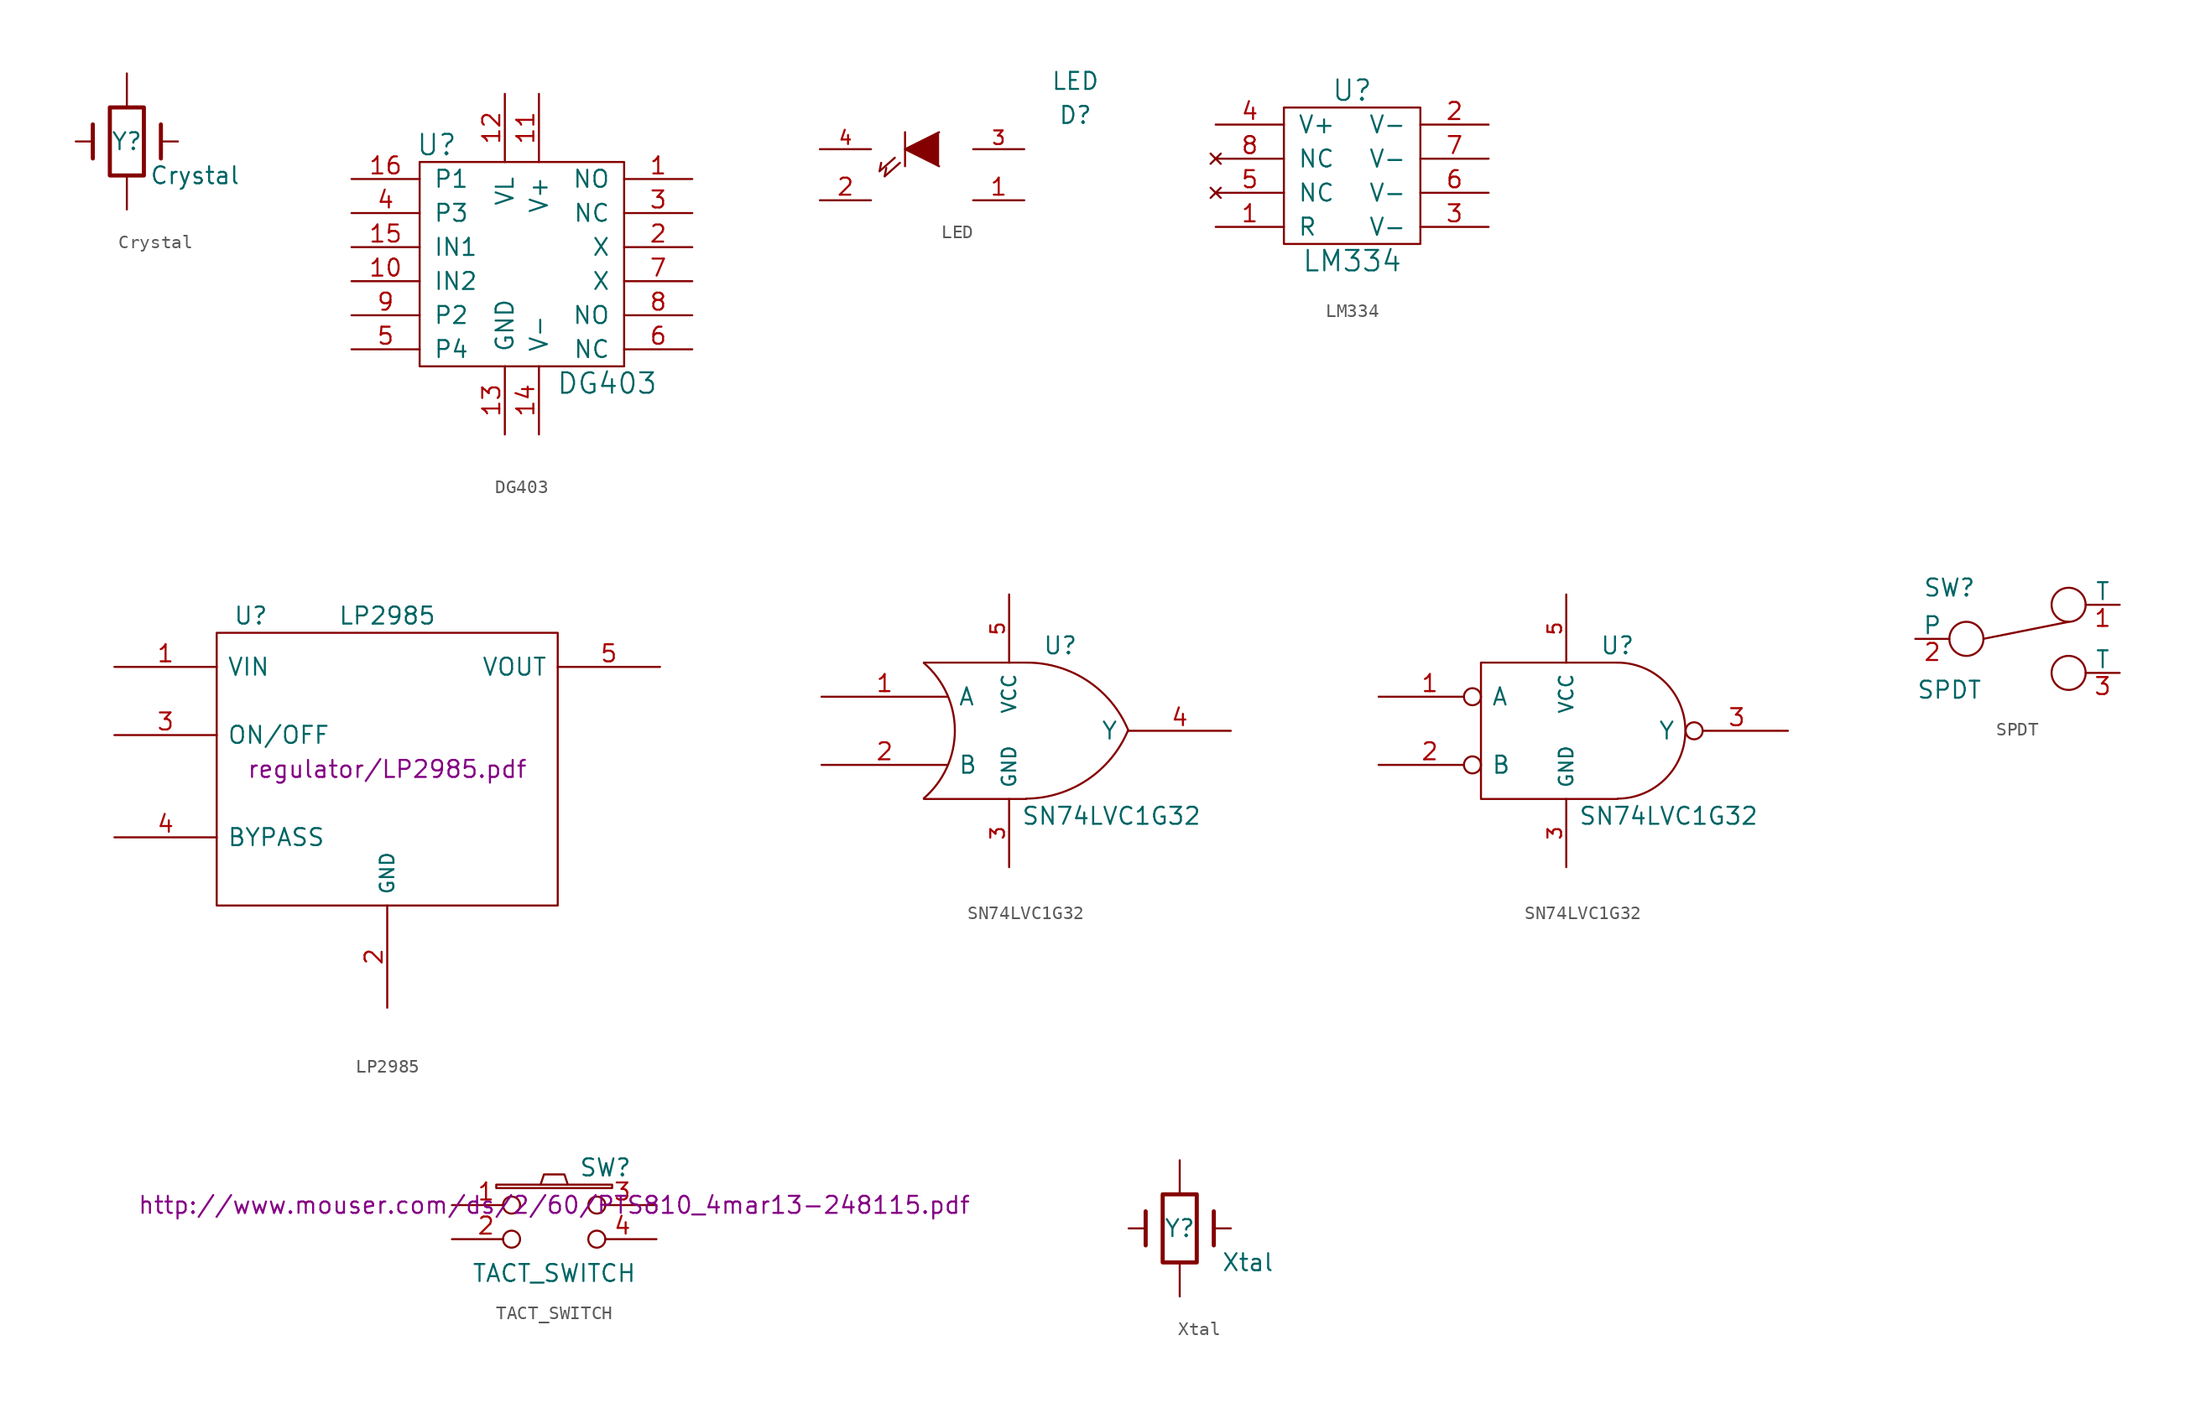
<source format=kicad_sym>
(kicad_symbol_lib
  (version 20231120)
  (generator "kicad_symbol_editor")
  (generator_version "8.0")
  (symbol "Crystal"
    (pin_numbers hide)
    (pin_names
      (offset 1.016) hide)
    (property "Reference" "Y"
      (at 0 0 0)
      (effects (font (size 1.27 1.27))))
    (property "Value" "Crystal"
      (at 5.08 -2.54 0)
      (effects (font (size 1.27 1.27))))
    (property "Footprint" ""
      (at 0 0 0)
      (effects (font (size 1.27 1.27))))
    (property "Datasheet" ""
      (at 0 0 0)
      (effects (font (size 1.27 1.27))))
    (symbol "Crystal_0_1"
      (rectangle (start -1.27 2.54) (end 1.27 -2.54) (stroke (width 0.305) (type solid)) (fill (type none)))
      (polyline (pts (xy -2.54 -1.27) (xy -2.54 1.27)) (stroke (width 0.305) (type solid)) (fill (type none)))
      (polyline (pts (xy 2.54 -1.27) (xy 2.54 1.27)) (stroke (width 0.305) (type solid)) (fill (type none))))
    (symbol "Crystal_1_1"
      (pin passive line (at -3.81 0 0) (length 1.27) (name "1" (effects (font (size 1.016 1.016)))) (number "1" (effects (font (size 1.016 1.016)))))
      (pin input line (at 0 -5.08 90) (length 2.54) (name "~" (effects (font (size 1.27 1.27)))) (number "2" (effects (font (size 1.27 1.27)))))
      (pin passive line (at 3.81 0 180) (length 1.27) (name "3" (effects (font (size 1.016 1.016)))) (number "3" (effects (font (size 1.016 1.016)))))
      (pin input line (at 0 5.08 270) (length 2.54) (name "~" (effects (font (size 1.27 1.27)))) (number "4" (effects (font (size 1.27 1.27)))))))
  (symbol "DG403"
    (pin_names
      (offset 1.016))
    (property "Reference" "U"
      (at -5.08 8.89 0)
      (effects (font (size 1.524 1.524))))
    (property "Value" "DG403"
      (at 7.62 -8.89 0)
      (effects (font (size 1.524 1.524))))
    (property "Footprint" ""
      (at 1.27 0 0)
      (effects (font (size 1.524 1.524))))
    (property "Datasheet" ""
      (at 1.27 0 0)
      (effects (font (size 1.524 1.524))))
    (symbol "DG403_0_1"
      (rectangle (start -6.35 7.62) (end 8.89 -7.62) (stroke (width 0) (type solid)) (fill (type none))))
    (symbol "DG403_1_1"
      (pin input line (at 13.97 6.35 180) (length 5.08) (name "NO" (effects (font (size 1.27 1.27)))) (number "1" (effects (font (size 1.27 1.27)))))
      (pin input line (at -11.43 -1.27 0) (length 5.08) (name "IN2" (effects (font (size 1.27 1.27)))) (number "10" (effects (font (size 1.27 1.27)))))
      (pin output line (at 2.54 12.7 270) (length 5.08) (name "V+" (effects (font (size 1.27 1.27)))) (number "11" (effects (font (size 1.27 1.27)))))
      (pin output line (at 0 12.7 270) (length 5.08) (name "VL" (effects (font (size 1.27 1.27)))) (number "12" (effects (font (size 1.27 1.27)))))
      (pin output line (at 0 -12.7 90) (length 5.08) (name "GND" (effects (font (size 1.27 1.27)))) (number "13" (effects (font (size 1.27 1.27)))))
      (pin output line (at 2.54 -12.7 90) (length 5.08) (name "V-" (effects (font (size 1.27 1.27)))) (number "14" (effects (font (size 1.27 1.27)))))
      (pin input line (at -11.43 1.27 0) (length 5.08) (name "IN1" (effects (font (size 1.27 1.27)))) (number "15" (effects (font (size 1.27 1.27)))))
      (pin input line (at -11.43 6.35 0) (length 5.08) (name "P1" (effects (font (size 1.27 1.27)))) (number "16" (effects (font (size 1.27 1.27)))))
      (pin output line (at 13.97 1.27 180) (length 5.08) (name "X" (effects (font (size 1.27 1.27)))) (number "2" (effects (font (size 1.27 1.27)))))
      (pin input line (at 13.97 3.81 180) (length 5.08) (name "NC" (effects (font (size 1.27 1.27)))) (number "3" (effects (font (size 1.27 1.27)))))
      (pin input line (at -11.43 3.81 0) (length 5.08) (name "P3" (effects (font (size 1.27 1.27)))) (number "4" (effects (font (size 1.27 1.27)))))
      (pin input line (at -11.43 -6.35 0) (length 5.08) (name "P4" (effects (font (size 1.27 1.27)))) (number "5" (effects (font (size 1.27 1.27)))))
      (pin input line (at 13.97 -6.35 180) (length 5.08) (name "NC" (effects (font (size 1.27 1.27)))) (number "6" (effects (font (size 1.27 1.27)))))
      (pin output line (at 13.97 -1.27 180) (length 5.08) (name "X" (effects (font (size 1.27 1.27)))) (number "7" (effects (font (size 1.27 1.27)))))
      (pin input line (at 13.97 -3.81 180) (length 5.08) (name "NO" (effects (font (size 1.27 1.27)))) (number "8" (effects (font (size 1.27 1.27)))))
      (pin input line (at -11.43 -3.81 0) (length 5.08) (name "P2" (effects (font (size 1.27 1.27)))) (number "9" (effects (font (size 1.27 1.27)))))))
  (symbol "LED"
    (pin_names
      (offset 1.016) hide)
    (property "Reference" "D"
      (at 11.43 2.54 0)
      (effects (font (size 1.27 1.27))))
    (property "Value" "LED"
      (at 11.43 5.08 0)
      (effects (font (size 1.27 1.27))))
    (property "Footprint" ""
      (at 0 0 0)
      (effects (font (size 1.27 1.27))))
    (property "Datasheet" ""
      (at 0 0 0)
      (effects (font (size 1.27 1.27))))
    (symbol "LED_0_1"
      (polyline (pts (xy -1.27 1.27) (xy -1.27 -1.27)) (stroke (width 0) (type solid)) (fill (type none)))
      (polyline (pts (xy -2.032 -0.635) (xy -3.175 -1.651) (xy -3.048 -1.016)) (stroke (width 0) (type solid)) (fill (type none)))
      (polyline (pts (xy -1.651 -1.016) (xy -2.794 -2.032) (xy -2.667 -1.397)) (stroke (width 0) (type solid)) (fill (type none)))
      (polyline (pts (xy 1.27 1.27) (xy -1.27 0) (xy 1.27 -1.27)) (stroke (width 0) (type solid)) (fill (type outline))))
    (symbol "LED_1_1"
      (pin input line (at 7.62 -3.81 180) (length 3.81) (name "BA" (effects (font (size 1.27 1.27)))) (number "1~{}" (effects (font (size 1.27 1.27)))))
      (pin input line (at -7.62 -3.81 0) (length 3.81) (name "BK" (effects (font (size 1.27 1.27)))) (number "2" (effects (font (size 1.27 1.27)))))
      (pin passive line (at 7.62 0 180) (length 3.81) (name "RA" (effects (font (size 1.016 1.016)))) (number "3" (effects (font (size 1.016 1.016)))))
      (pin passive line (at -7.62 0 0) (length 3.81) (name "RK" (effects (font (size 1.016 1.016)))) (number "4" (effects (font (size 1.016 1.016)))))))
  (symbol "LM334"
    (pin_names
      (offset 1.016))
    (property "Reference" "U"
      (at 0 0 0)
      (effects (font (size 1.524 1.524))))
    (property "Value" "LM334"
      (at 0 -12.7 0)
      (effects (font (size 1.524 1.524))))
    (property "Footprint" ""
      (at 0 0 0)
      (effects (font (size 1.524 1.524))))
    (property "Datasheet" ""
      (at 0 0 0)
      (effects (font (size 1.524 1.524))))
    (symbol "LM334_0_1"
      (rectangle (start -5.08 -1.27) (end 5.08 -11.43) (stroke (width 0) (type solid)) (fill (type none))))
    (symbol "LM334_1_1"
      (pin input line (at -10.16 -10.16 0) (length 5.08) (name "R" (effects (font (size 1.27 1.27)))) (number "1" (effects (font (size 1.27 1.27)))))
      (pin passive line (at 10.16 -2.54 180) (length 5.08) (name "V-" (effects (font (size 1.27 1.27)))) (number "2" (effects (font (size 1.27 1.27)))))
      (pin passive line (at 10.16 -10.16 180) (length 5.08) (name "V-" (effects (font (size 1.27 1.27)))) (number "3" (effects (font (size 1.27 1.27)))))
      (pin passive line (at -10.16 -2.54 0) (length 5.08) (name "V+" (effects (font (size 1.27 1.27)))) (number "4" (effects (font (size 1.27 1.27)))))
      (pin no_connect line (at -10.16 -7.62 0) (length 5.08) (name "NC" (effects (font (size 1.27 1.27)))) (number "5" (effects (font (size 1.27 1.27)))))
      (pin passive line (at 10.16 -7.62 180) (length 5.08) (name "V-" (effects (font (size 1.27 1.27)))) (number "6" (effects (font (size 1.27 1.27)))))
      (pin passive line (at 10.16 -5.08 180) (length 5.08) (name "V-" (effects (font (size 1.27 1.27)))) (number "7" (effects (font (size 1.27 1.27)))))
      (pin no_connect line (at -10.16 -5.08 0) (length 5.08) (name "NC" (effects (font (size 1.27 1.27)))) (number "8" (effects (font (size 1.27 1.27)))))))
  (symbol "LP2985"
    (pin_names
      (offset 0.762))
    (property "Reference" "U"
      (at -10.16 11.43 0)
      (effects (font (size 1.27 1.27))))
    (property "Value" "LP2985"
      (at 0 11.43 0)
      (effects (font (size 1.27 1.27))))
    (property "Footprint" ""
      (at 0 0 0)
      (effects (font (size 1.27 1.27))))
    (property "Datasheet" "regulator/LP2985.pdf"
      (at 0 0 0)
      (effects (font (size 1.27 1.27))))
    (symbol "LP2985_0_1"
      (rectangle (start -12.7 -10.16) (end 12.7 10.16) (stroke (width 0) (type solid)) (fill (type none))))
    (symbol "LP2985_1_1"
      (pin power_in line (at -20.32 7.62 0) (length 7.62) (name "VIN" (effects (font (size 1.27 1.27)))) (number "1" (effects (font (size 1.27 1.27)))))
      (pin power_in line (at 0 -17.78 90) (length 7.62) (name "GND" (effects (font (size 1.016 1.016)))) (number "2" (effects (font (size 1.27 1.27)))))
      (pin input line (at -20.32 2.54 0) (length 7.62) (name "ON/OFF" (effects (font (size 1.27 1.27)))) (number "3" (effects (font (size 1.27 1.27)))))
      (pin input line (at -20.32 -5.08 0) (length 7.62) (name "BYPASS" (effects (font (size 1.27 1.27)))) (number "4" (effects (font (size 1.27 1.27)))))
      (pin power_out line (at 20.32 7.62 180) (length 7.62) (name "VOUT" (effects (font (size 1.27 1.27)))) (number "5" (effects (font (size 1.27 1.27)))))))
  (symbol "SN74LVC1G32"
    (pin_names
      (offset 0.762))
    (property "Reference" "U"
      (at 2.54 6.35 0)
      (effects (font (size 1.27 1.27))))
    (property "Value" "SN74LVC1G32"
      (at 6.35 -6.35 0)
      (effects (font (size 1.27 1.27))))
    (property "Footprint" ""
      (at 0 0 0)
      (effects (font (size 1.27 1.27))))
    (property "Datasheet" ""
      (at 0 0 0)
      (effects (font (size 1.27 1.27))))
    (symbol "SN74LVC1G32_0_0"
      (pin power_in line (at -1.27 -10.16 90) (length 5.08) (name "GND" (effects (font (size 1.016 1.016)))) (number "3" (effects (font (size 1.016 1.016)))))
      (pin power_in line (at -1.27 10.16 270) (length 5.08) (name "VCC" (effects (font (size 1.016 1.016)))) (number "5" (effects (font (size 1.016 1.016))))))
    (symbol "SN74LVC1G32_0_1"
      (arc (start -7.62 -5.0292) (mid -5.3094 0.0082) (end -7.62 5.0546) (stroke (width 0) (type solid)) (fill (type none)))
      (arc (start 0 -5.0546) (mid 4.5632 -3.6449) (end 7.5946 0.0508) (stroke (width 0) (type solid)) (fill (type none)))
      (polyline (pts (xy -7.62 -5.08) (xy 0 -5.08)) (stroke (width 0) (type solid)) (fill (type none)))
      (polyline (pts (xy -7.62 5.08) (xy 0 5.08)) (stroke (width 0) (type solid)) (fill (type none)))
      (arc (start 7.62 0) (mid 4.6132 3.6946) (end 0.0508 5.08) (stroke (width 0) (type solid)) (fill (type none))))
    (symbol "SN74LVC1G32_0_2"
      (polyline (pts (xy 2.54 5.08) (xy -7.62 5.08) (xy -7.62 -5.08) (xy 2.54 -5.08)) (stroke (width 0) (type solid)) (fill (type none)))
      (arc (start 2.5654 -5.0546) (mid 7.5947 0.0001) (end 2.5654 5.08) (stroke (width 0) (type solid)) (fill (type none))))
    (symbol "SN74LVC1G32_1_1"
      (pin input line (at -15.24 2.54 0) (length 9.398) (name "A" (effects (font (size 1.27 1.27)))) (number "1" (effects (font (size 1.27 1.27)))))
      (pin input line (at -15.24 -2.54 0) (length 9.398) (name "B" (effects (font (size 1.27 1.27)))) (number "2" (effects (font (size 1.27 1.27)))))
      (pin output line (at 15.24 0 180) (length 7.62) (name "Y" (effects (font (size 1.27 1.27)))) (number "4" (effects (font (size 1.27 1.27))))))
    (symbol "SN74LVC1G32_1_2"
      (pin input inverted (at -15.24 2.54 0) (length 7.62) (name "A" (effects (font (size 1.27 1.27)))) (number "1" (effects (font (size 1.27 1.27)))))
      (pin input inverted (at -15.24 -2.54 0) (length 7.62) (name "B" (effects (font (size 1.27 1.27)))) (number "2" (effects (font (size 1.27 1.27)))))
      (pin output inverted (at 15.24 0 180) (length 7.62) (name "Y" (effects (font (size 1.27 1.27)))) (number "3" (effects (font (size 1.27 1.27)))))))
  (symbol "SPDT"
    (pin_names
      (offset 0))
    (property "Reference" "SW"
      (at -5.08 3.81 0)
      (effects (font (size 1.27 1.27))))
    (property "Value" "SPDT"
      (at -5.08 -3.81 0)
      (effects (font (size 1.27 1.27))))
    (property "Footprint" ""
      (at 0 0 0)
      (effects (font (size 1.27 1.27))))
    (property "Datasheet" ""
      (at 0 0 0)
      (effects (font (size 1.27 1.27))))
    (symbol "SPDT_0_0"
      (circle (center -3.81 0) (radius 1.27) (stroke (width 0) (type solid)) (fill (type none)))
      (circle (center 3.81 -2.54) (radius 1.27) (stroke (width 0) (type solid)) (fill (type none))))
    (symbol "SPDT_0_1"
      (polyline (pts (xy -2.54 0) (xy 3.81 1.27)) (stroke (width 0) (type solid)) (fill (type none)))
      (circle (center 3.81 2.54) (radius 1.27) (stroke (width 0) (type solid)) (fill (type none))))
    (symbol "SPDT_1_1"
      (pin passive line (at 7.62 2.54 180) (length 2.54) (name "T" (effects (font (size 1.27 1.27)))) (number "1" (effects (font (size 1.27 1.27)))))
      (pin passive line (at -7.62 0 0) (length 2.54) (name "P" (effects (font (size 1.27 1.27)))) (number "2" (effects (font (size 1.27 1.27)))))
      (pin passive line (at 7.62 -2.54 180) (length 2.54) (name "T" (effects (font (size 1.27 1.27)))) (number "3" (effects (font (size 1.27 1.27)))))))
  (symbol "TACT_SWITCH"
    (pin_names
      (offset 1.016) hide)
    (property "Reference" "SW"
      (at 3.81 2.794 0)
      (effects (font (size 1.27 1.27))))
    (property "Value" "TACT_SWITCH"
      (at 0 -5.08 0)
      (effects (font (size 1.27 1.27))))
    (property "Footprint" ""
      (at 0 0 0)
      (effects (font (size 1.27 1.27))))
    (property "Datasheet" "http://www.mouser.com/ds/2/60/PTS810_4mar13-248115.pdf"
      (at 0 0 0)
      (effects (font (size 1.27 1.27))))
    (symbol "TACT_SWITCH_0_1"
      (rectangle (start -4.318 1.27) (end 4.318 1.524) (stroke (width 0) (type solid)) (fill (type none)))
      (polyline (pts (xy -1.016 1.524) (xy -0.762 2.286) (xy 0.762 2.286) (xy 1.016 1.524)) (stroke (width 0) (type solid)) (fill (type none)))
      (pin passive inverted (at -7.62 0 0) (length 5.08) (name "1" (effects (font (size 1.27 1.27)))) (number "1" (effects (font (size 1.27 1.27)))))
      (pin passive inverted (at -7.62 -2.54 0) (length 5.08) (name "2" (effects (font (size 1.27 1.27)))) (number "2" (effects (font (size 1.27 1.27)))))
      (pin passive inverted (at 7.62 0 180) (length 5.08) (name "3" (effects (font (size 1.27 1.27)))) (number "3" (effects (font (size 1.27 1.27)))))
      (pin passive inverted (at 7.62 -2.54 180) (length 5.08) (name "4" (effects (font (size 1.27 1.27)))) (number "4" (effects (font (size 1.27 1.27)))))))
  (symbol "Xtal"
    (pin_numbers hide)
    (pin_names
      (offset 1.016) hide)
    (property "Reference" "Y"
      (at 0 0 0)
      (effects (font (size 1.27 1.27))))
    (property "Value" "Xtal"
      (at 5.08 -2.54 0)
      (effects (font (size 1.27 1.27))))
    (property "Footprint" ""
      (at 0 0 0)
      (effects (font (size 1.27 1.27))))
    (property "Datasheet" ""
      (at 0 0 0)
      (effects (font (size 1.27 1.27))))
    (symbol "Xtal_0_1"
      (rectangle (start -1.27 2.54) (end 1.27 -2.54) (stroke (width 0.305) (type solid)) (fill (type none)))
      (polyline (pts (xy -2.54 -1.27) (xy -2.54 1.27)) (stroke (width 0.305) (type solid)) (fill (type none)))
      (polyline (pts (xy 2.54 -1.27) (xy 2.54 1.27)) (stroke (width 0.305) (type solid)) (fill (type none))))
    (symbol "Xtal_1_1"
      (pin passive line (at -3.81 0 0) (length 1.27) (name "1" (effects (font (size 1.016 1.016)))) (number "1" (effects (font (size 1.016 1.016)))))
      (pin input line (at 0 -5.08 90) (length 2.54) (name "~" (effects (font (size 1.27 1.27)))) (number "2" (effects (font (size 1.27 1.27)))))
      (pin passive line (at 3.81 0 180) (length 1.27) (name "3" (effects (font (size 1.016 1.016)))) (number "3" (effects (font (size 1.016 1.016)))))
      (pin input line (at 0 5.08 270) (length 2.54) (name "~" (effects (font (size 1.27 1.27)))) (number "4" (effects (font (size 1.27 1.27))))))))
</source>
